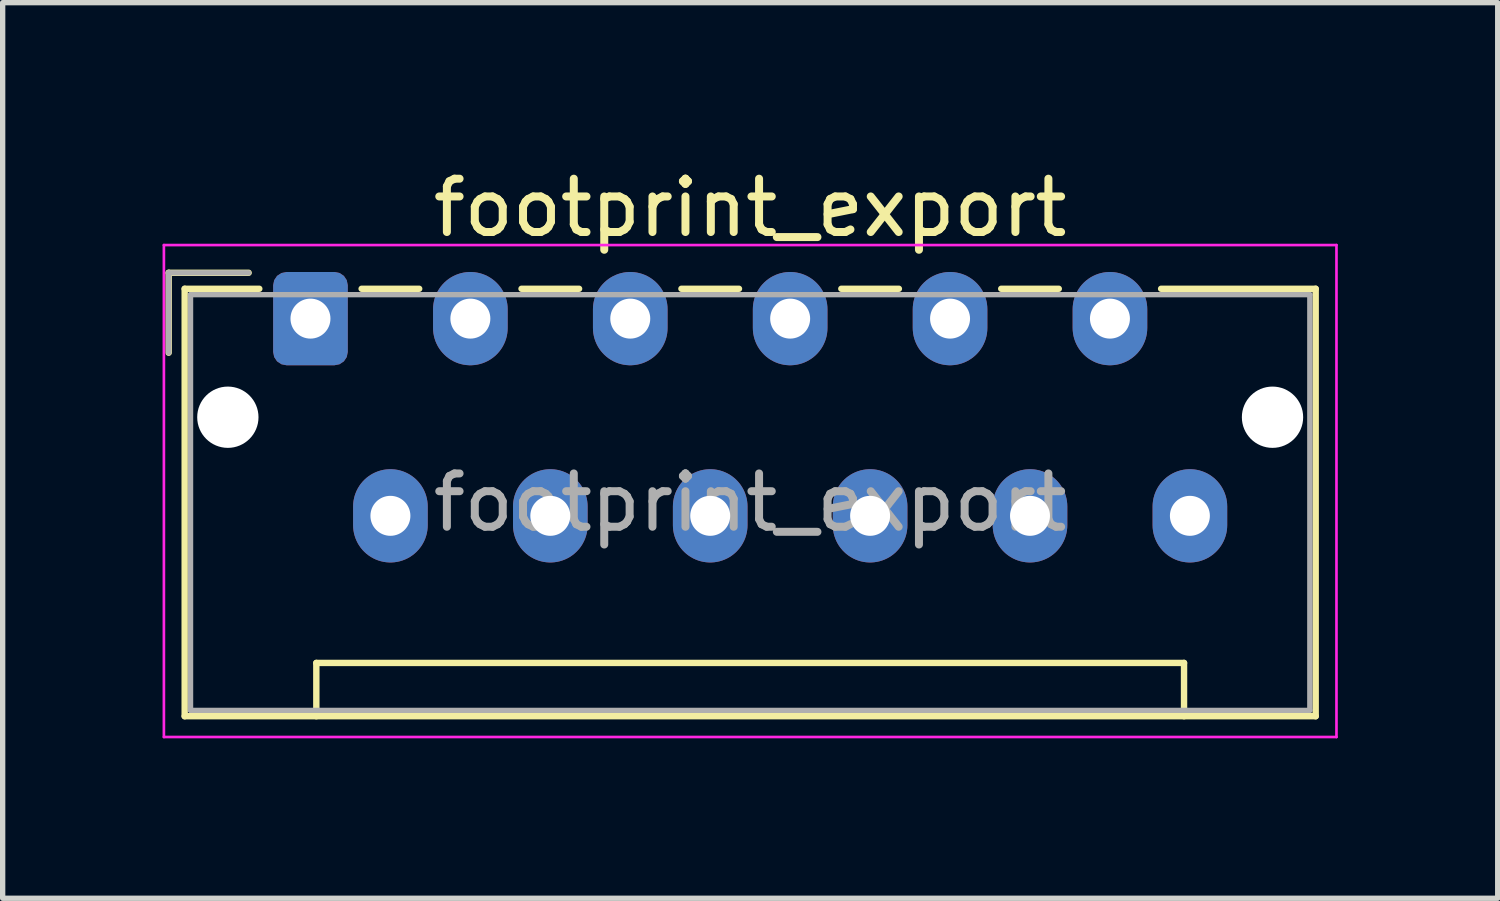
<source format=kicad_pcb>
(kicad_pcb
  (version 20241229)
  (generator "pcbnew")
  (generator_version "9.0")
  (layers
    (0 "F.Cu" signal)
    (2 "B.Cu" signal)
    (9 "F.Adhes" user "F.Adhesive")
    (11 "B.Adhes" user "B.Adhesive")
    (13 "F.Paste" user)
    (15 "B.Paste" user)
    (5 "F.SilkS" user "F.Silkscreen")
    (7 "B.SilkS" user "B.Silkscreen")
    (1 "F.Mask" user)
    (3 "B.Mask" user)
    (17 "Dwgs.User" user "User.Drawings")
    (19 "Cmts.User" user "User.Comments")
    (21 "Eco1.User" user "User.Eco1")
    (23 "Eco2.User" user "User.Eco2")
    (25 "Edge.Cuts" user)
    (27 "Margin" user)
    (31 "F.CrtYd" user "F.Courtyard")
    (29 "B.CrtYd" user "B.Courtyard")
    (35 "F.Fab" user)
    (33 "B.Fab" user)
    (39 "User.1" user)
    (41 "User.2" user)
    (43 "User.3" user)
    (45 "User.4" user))
  (footprint "footprint_export"
    (layer "F.Cu")
    (at 2.775 2.928)
    (property "Reference" "footprint_export" (at 8.25 -2.08 0) (layer "F.SilkS") (effects (font (size 1 1) (thickness 0.15))))
    (attr through_hole)
    (fp_line (start -2.66 -0.86) (end -1.16 -0.86) (stroke (width 0.12) (type solid)) (layer "F.SilkS"))
    (fp_line (start -2.66 0.64) (end -2.66 -0.86) (stroke (width 0.12) (type solid)) (layer "F.SilkS"))
    (fp_line (start -2.36 -0.56) (end -2.36 7.46) (stroke (width 0.12) (type solid)) (layer "F.SilkS"))
    (fp_line (start -2.36 7.46) (end 18.86 7.46) (stroke (width 0.12) (type solid)) (layer "F.SilkS"))
    (fp_line (start -0.96 -0.56) (end -2.36 -0.56) (stroke (width 0.12) (type solid)) (layer "F.SilkS"))
    (fp_line (start 0.11 6.46) (end 16.39 6.46) (stroke (width 0.12) (type solid)) (layer "F.SilkS"))
    (fp_line (start 0.11 7.46) (end 0.11 6.46) (stroke (width 0.12) (type solid)) (layer "F.SilkS"))
    (fp_line (start 0.96 -0.56) (end 2.04 -0.56) (stroke (width 0.12) (type solid)) (layer "F.SilkS"))
    (fp_line (start 3.96 -0.56) (end 5.04 -0.56) (stroke (width 0.12) (type solid)) (layer "F.SilkS"))
    (fp_line (start 6.96 -0.56) (end 8.04 -0.56) (stroke (width 0.12) (type solid)) (layer "F.SilkS"))
    (fp_line (start 9.96 -0.56) (end 11.04 -0.56) (stroke (width 0.12) (type solid)) (layer "F.SilkS"))
    (fp_line (start 12.96 -0.56) (end 14.04 -0.56) (stroke (width 0.12) (type solid)) (layer "F.SilkS"))
    (fp_line (start 16.39 6.46) (end 16.39 7.46) (stroke (width 0.12) (type solid)) (layer "F.SilkS"))
    (fp_line (start 18.86 -0.56) (end 15.96 -0.56) (stroke (width 0.12) (type solid)) (layer "F.SilkS"))
    (fp_line (start 18.86 7.46) (end 18.86 -0.56) (stroke (width 0.12) (type solid)) (layer "F.SilkS"))
    (fp_line (start -2.75 -1.38) (end -2.75 7.85) (stroke (width 0.05) (type solid)) (layer "F.CrtYd"))
    (fp_line (start -2.75 7.85) (end 19.25 7.85) (stroke (width 0.05) (type solid)) (layer "F.CrtYd"))
    (fp_line (start 19.25 -1.38) (end -2.75 -1.38) (stroke (width 0.05) (type solid)) (layer "F.CrtYd"))
    (fp_line (start 19.25 7.85) (end 19.25 -1.38) (stroke (width 0.05) (type solid)) (layer "F.CrtYd"))
    (fp_line (start -2.66 -0.86) (end -1.16 -0.86) (stroke (width 0.1) (type solid)) (layer "F.Fab"))
    (fp_line (start -2.66 0.64) (end -2.66 -0.86) (stroke (width 0.1) (type solid)) (layer "F.Fab"))
    (fp_line (start -2.25 -0.45) (end -2.25 7.35) (stroke (width 0.1) (type solid)) (layer "F.Fab"))
    (fp_line (start -2.25 7.35) (end 18.75 7.35) (stroke (width 0.1) (type solid)) (layer "F.Fab"))
    (fp_line (start 18.75 -0.45) (end -2.25 -0.45) (stroke (width 0.1) (type solid)) (layer "F.Fab"))
    (fp_line (start 18.75 7.35) (end 18.75 -0.45) (stroke (width 0.1) (type solid)) (layer "F.Fab"))
    (fp_text user "${REFERENCE}" (at 8.25 3.45 0) (layer "F.Fab") (effects (font (size 1 1) (thickness 0.15))))
    (pad "" np_thru_hole circle (at -1.55 1.85) (size 1.15 1.15) (drill 1.15) (layers "*.Cu" "*.Mask"))
    (pad "" np_thru_hole circle (at 18.05 1.85) (size 1.15 1.15) (drill 1.15) (layers "*.Cu" "*.Mask"))
    (pad "1" thru_hole roundrect (at 0 0) (size 1.4 1.75) (drill 0.75) (layers "*.Cu" "*.Mask") (roundrect_rratio 0.179))
    (pad "2" thru_hole oval (at 1.5 3.7) (size 1.4 1.75) (drill 0.75) (layers "*.Cu" "*.Mask"))
    (pad "3" thru_hole oval (at 3 0) (size 1.4 1.75) (drill 0.75) (layers "*.Cu" "*.Mask"))
    (pad "4" thru_hole oval (at 4.5 3.7) (size 1.4 1.75) (drill 0.75) (layers "*.Cu" "*.Mask"))
    (pad "5" thru_hole oval (at 6 0) (size 1.4 1.75) (drill 0.75) (layers "*.Cu" "*.Mask"))
    (pad "6" thru_hole oval (at 7.5 3.7) (size 1.4 1.75) (drill 0.75) (layers "*.Cu" "*.Mask"))
    (pad "7" thru_hole oval (at 9 0) (size 1.4 1.75) (drill 0.75) (layers "*.Cu" "*.Mask"))
    (pad "8" thru_hole oval (at 10.5 3.7) (size 1.4 1.75) (drill 0.75) (layers "*.Cu" "*.Mask"))
    (pad "9" thru_hole oval (at 12 0) (size 1.4 1.75) (drill 0.75) (layers "*.Cu" "*.Mask"))
    (pad "10" thru_hole oval (at 13.5 3.7) (size 1.4 1.75) (drill 0.75) (layers "*.Cu" "*.Mask"))
    (pad "11" thru_hole oval (at 15 0) (size 1.4 1.75) (drill 0.75) (layers "*.Cu" "*.Mask"))
    (pad "12" thru_hole oval (at 16.5 3.7) (size 1.4 1.75) (drill 0.75) (layers "*.Cu" "*.Mask")))
  (gr_rect
    (start -3 -3)
    (end 25.05 13.803)
    (stroke (width 0.1) (type default))
    (fill no)
    (layer "Edge.Cuts")))
</source>
